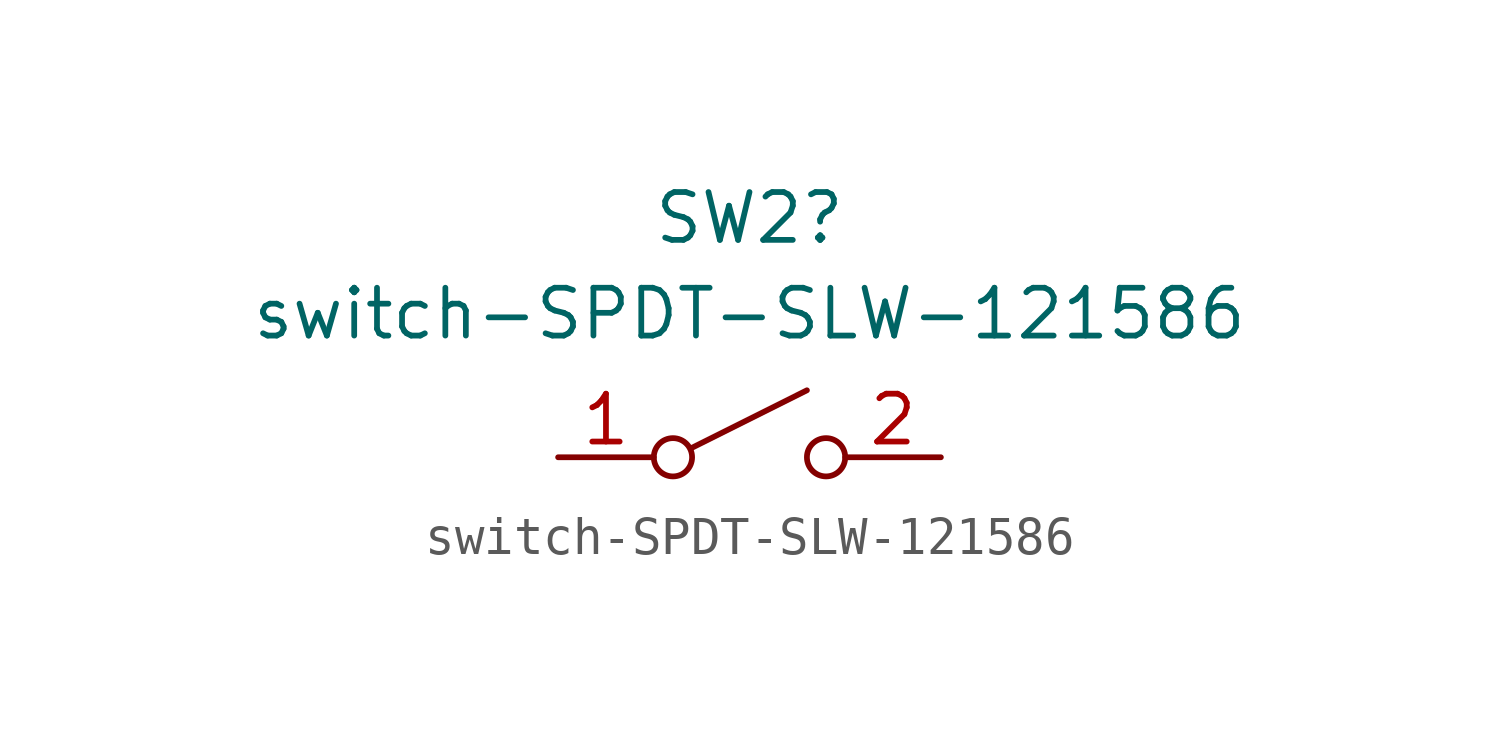
<source format=kicad_sym>
(kicad_symbol_lib
  (version 20231120)
  (generator "kicad_symbol_editor")
  (generator_version "8.0")
  (symbol "switch-SPDT-SLW-121586"
    (pin_names
      (offset 0) hide)
    (property "Reference" "SW2"
      (at 0 6.35 0)
      (effects (font (size 1.27 1.27))))
    (property "Value" "switch-SPDT-SLW-121586"
      (at 0 3.81 0)
      (effects (font (size 1.27 1.27))))
    (symbol "switch-SPDT-SLW-121586_0_0"
      (circle (center -2.032 0) (radius 0.508) (stroke (width 0) (type default)) (fill (type none)))
      (polyline (pts (xy -1.524 0.254) (xy 1.524 1.778)) (stroke (width 0) (type default)) (fill (type none)))
      (circle (center 2.032 0) (radius 0.508) (stroke (width 0) (type default)) (fill (type none))))
    (symbol "switch-SPDT-SLW-121586_1_1"
      (pin passive line (at -5.08 0 0) (length 2.54) (name "" (effects (font (size 1.27 1.27)))) (number "1" (effects (font (size 1.27 1.27)))))
      (pin passive line (at 5.08 0 180) (length 2.54) (name "" (effects (font (size 1.27 1.27)))) (number "2" (effects (font (size 1.27 1.27))))))))
</source>
